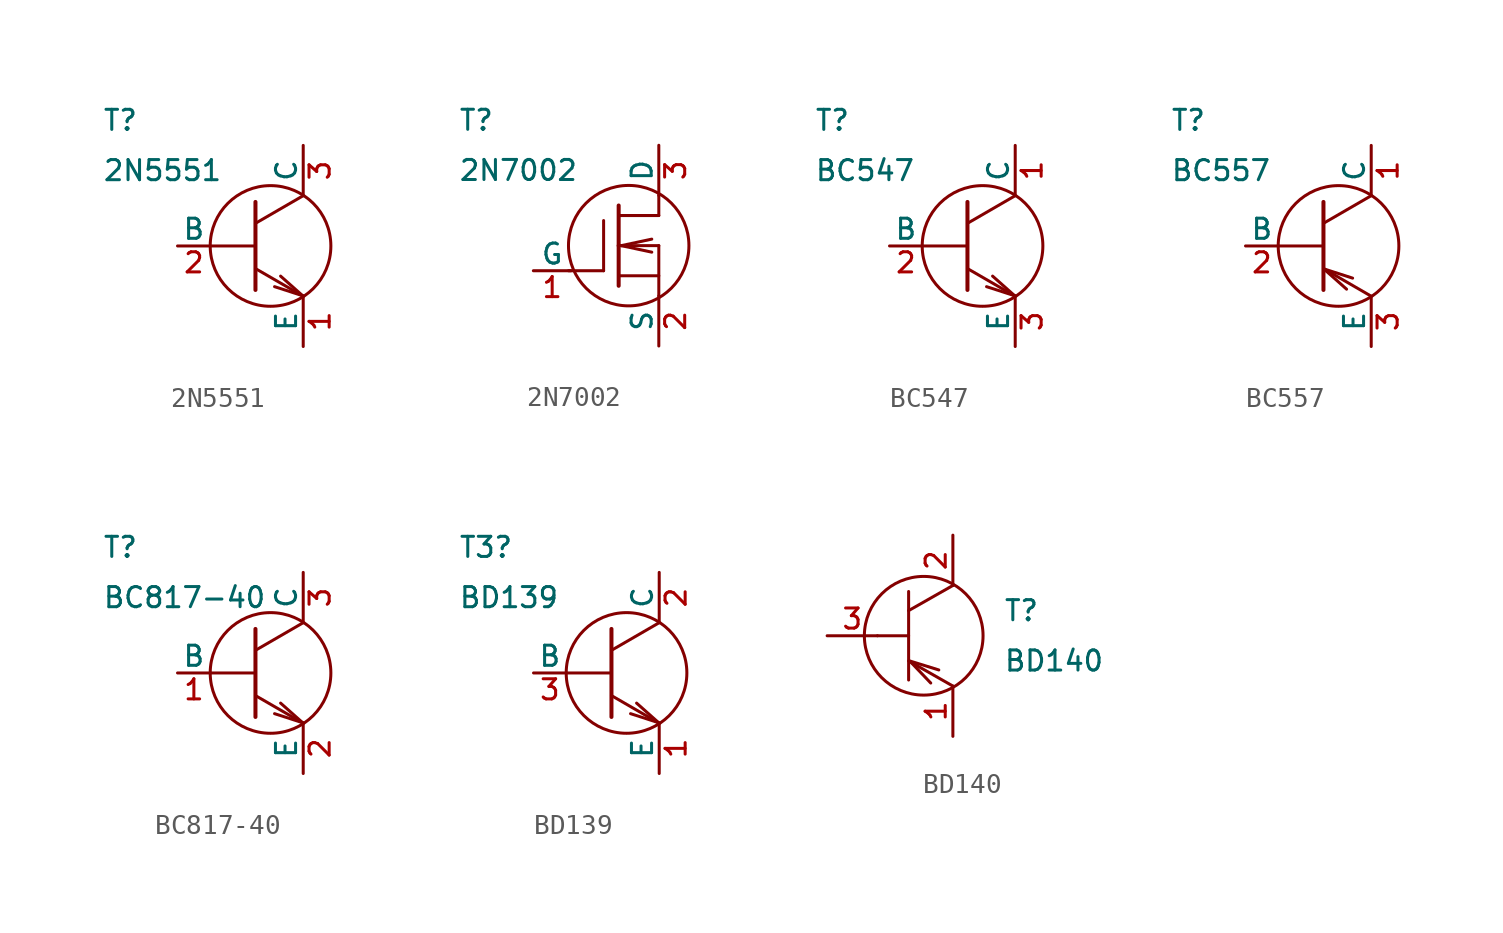
<source format=kicad_sym>
(kicad_symbol_lib
  (version 20231120)
  (generator "kicad_symbol_editor")
  (generator_version "8.0")
  (symbol "2N5551"
    (pin_names
      (offset 0))
    (property "Reference" "T"
      (at -8.89 6.35 0)
      (effects (font (size 1.016 1.016)) (justify left)))
    (property "Value" "2N5551"
      (at -8.89 3.81 0)
      (effects (font (size 1.016 1.016)) (justify left)))
    (symbol "2N5551_0_1"
      (circle (center -0.381 0) (radius 3.048) (stroke (width 0) (type default)) (fill (type none)))
      (polyline (pts (xy -3.429 0) (xy -1.143 0)) (stroke (width 0) (type default)) (fill (type none)))
      (polyline (pts (xy -1.143 -1.143) (xy 1.27 -2.54)) (stroke (width 0) (type default)) (fill (type none)))
      (polyline (pts (xy -1.143 1.143) (xy 1.27 2.54)) (stroke (width 0) (type default)) (fill (type none)))
      (polyline (pts (xy -0.178 -2.057) (xy 1.27 -2.524)) (stroke (width 0) (type default)) (fill (type none)))
      (polyline (pts (xy 0.127 -1.524) (xy 1.27 -2.54)) (stroke (width 0) (type default)) (fill (type none))))
    (symbol "2N5551_1_1"
      (polyline (pts (xy -1.143 2.223) (xy -1.143 -2.223)) (stroke (width 0.203) (type default)) (fill (type none)))
      (pin input line (at 1.27 -5.08 90) (length 2.54) (name "E" (effects (font (size 1.016 1.016)))) (number "1" (effects (font (size 1.016 1.016)))))
      (pin input line (at -5.08 0 0) (length 1.651) (name "B" (effects (font (size 1.016 1.016)))) (number "2" (effects (font (size 1.016 1.016)))))
      (pin input line (at 1.27 5.08 270) (length 2.54) (name "C" (effects (font (size 1.016 1.016)))) (number "3" (effects (font (size 1.016 1.016)))))))
  (symbol "2N7002"
    (pin_names
      (offset 0))
    (property "Reference" "T"
      (at -8.89 6.35 0)
      (effects (font (size 1.016 1.016)) (justify left)))
    (property "Value" "2N7002"
      (at -8.89 3.81 0)
      (effects (font (size 1.016 1.016)) (justify left)))
    (symbol "2N7002_0_1"
      (circle (center -0.254 0) (radius 3.048) (stroke (width 0) (type default)) (fill (type none)))
      (polyline (pts (xy -1.524 -1.27) (xy -1.524 1.27)) (stroke (width 0) (type default)) (fill (type none))))
    (symbol "2N7002_1_1"
      (polyline (pts (xy -3.302 -1.27) (xy -1.524 -1.27)) (stroke (width 0) (type default)) (fill (type none)))
      (polyline (pts (xy -0.762 -2.032) (xy -0.762 0)) (stroke (width 0.203) (type default)) (fill (type none)))
      (polyline (pts (xy -0.762 -1.524) (xy 1.27 -1.524)) (stroke (width 0) (type default)) (fill (type none)))
      (polyline (pts (xy -0.762 0) (xy -0.762 2.032)) (stroke (width 0.203) (type default)) (fill (type none)))
      (polyline (pts (xy -0.762 1.524) (xy 1.27 1.524)) (stroke (width 0) (type default)) (fill (type none)))
      (polyline (pts (xy -0.635 0) (xy 0.914 -0.33)) (stroke (width 0) (type default)) (fill (type none)))
      (polyline (pts (xy 0.914 0.33) (xy -0.635 0)) (stroke (width 0) (type default)) (fill (type none)))
      (polyline (pts (xy 1.27 0) (xy -0.635 0)) (stroke (width 0) (type default)) (fill (type none)))
      (polyline (pts (xy 1.27 0) (xy 1.27 -2.54)) (stroke (width 0) (type default)) (fill (type none)))
      (polyline (pts (xy 1.27 2.54) (xy 1.27 1.524)) (stroke (width 0) (type default)) (fill (type none)))
      (pin input line (at -5.08 -1.27 0) (length 1.905) (name "G" (effects (font (size 1.016 1.016)))) (number "1" (effects (font (size 1.016 1.016)))))
      (pin input line (at 1.27 -5.08 90) (length 2.54) (name "S" (effects (font (size 1.016 1.016)))) (number "2" (effects (font (size 1.016 1.016)))))
      (pin input line (at 1.27 5.08 270) (length 2.54) (name "D" (effects (font (size 1.016 1.016)))) (number "3" (effects (font (size 1.016 1.016)))))))
  (symbol "BC547"
    (pin_names
      (offset 0))
    (property "Reference" "T"
      (at -8.89 6.35 0)
      (effects (font (size 1.016 1.016)) (justify left)))
    (property "Value" "BC547"
      (at -8.89 3.81 0)
      (effects (font (size 1.016 1.016)) (justify left)))
    (symbol "BC547_0_1"
      (circle (center -0.381 0) (radius 3.048) (stroke (width 0) (type default)) (fill (type none)))
      (polyline (pts (xy -3.429 0) (xy -1.143 0)) (stroke (width 0) (type default)) (fill (type none)))
      (polyline (pts (xy -1.143 -1.143) (xy 1.27 -2.54)) (stroke (width 0) (type default)) (fill (type none)))
      (polyline (pts (xy -1.143 1.143) (xy 1.27 2.54)) (stroke (width 0) (type default)) (fill (type none)))
      (polyline (pts (xy -0.178 -2.057) (xy 1.27 -2.524)) (stroke (width 0) (type default)) (fill (type none)))
      (polyline (pts (xy 0.127 -1.524) (xy 1.27 -2.54)) (stroke (width 0) (type default)) (fill (type none))))
    (symbol "BC547_1_1"
      (polyline (pts (xy -1.143 2.223) (xy -1.143 -2.223)) (stroke (width 0.203) (type default)) (fill (type none)))
      (pin input line (at 1.27 5.08 270) (length 2.54) (name "C" (effects (font (size 1.016 1.016)))) (number "1" (effects (font (size 1.016 1.016)))))
      (pin input line (at -5.08 0 0) (length 1.651) (name "B" (effects (font (size 1.016 1.016)))) (number "2" (effects (font (size 1.016 1.016)))))
      (pin input line (at 1.27 -5.08 90) (length 2.54) (name "E" (effects (font (size 1.016 1.016)))) (number "3" (effects (font (size 1.016 1.016)))))))
  (symbol "BC557"
    (pin_names
      (offset 0))
    (property "Reference" "T"
      (at -8.89 6.35 0)
      (effects (font (size 1.016 1.016)) (justify left)))
    (property "Value" "BC557"
      (at -8.89 3.81 0)
      (effects (font (size 1.016 1.016)) (justify left)))
    (symbol "BC557_0_1"
      (circle (center -0.381 0) (radius 3.048) (stroke (width 0) (type default)) (fill (type none)))
      (polyline (pts (xy -3.429 0) (xy -1.143 0)) (stroke (width 0) (type default)) (fill (type none)))
      (polyline (pts (xy -1.143 -1.143) (xy 1.27 -2.54)) (stroke (width 0) (type default)) (fill (type none)))
      (polyline (pts (xy -1.143 1.143) (xy 1.27 2.54)) (stroke (width 0) (type default)) (fill (type none)))
      (polyline (pts (xy 0.025 -2.184) (xy -1.118 -1.168)) (stroke (width 0) (type default)) (fill (type none)))
      (polyline (pts (xy 0.33 -1.626) (xy -1.118 -1.159)) (stroke (width 0) (type default)) (fill (type none))))
    (symbol "BC557_1_1"
      (polyline (pts (xy -1.143 2.223) (xy -1.143 -2.223)) (stroke (width 0.203) (type default)) (fill (type none)))
      (pin input line (at 1.27 5.08 270) (length 2.54) (name "C" (effects (font (size 1.016 1.016)))) (number "1" (effects (font (size 1.016 1.016)))))
      (pin input line (at -5.08 0 0) (length 1.651) (name "B" (effects (font (size 1.016 1.016)))) (number "2" (effects (font (size 1.016 1.016)))))
      (pin input line (at 1.27 -5.08 90) (length 2.54) (name "E" (effects (font (size 1.016 1.016)))) (number "3" (effects (font (size 1.016 1.016)))))))
  (symbol "BC817-40"
    (pin_names
      (offset 0))
    (property "Reference" "T"
      (at -8.89 6.35 0)
      (effects (font (size 1.016 1.016)) (justify left)))
    (property "Value" "BC817-40"
      (at -8.89 3.81 0)
      (effects (font (size 1.016 1.016)) (justify left)))
    (symbol "BC817-40_0_1"
      (circle (center -0.381 0) (radius 3.048) (stroke (width 0) (type default)) (fill (type none)))
      (polyline (pts (xy -3.429 0) (xy -1.143 0)) (stroke (width 0) (type default)) (fill (type none)))
      (polyline (pts (xy -1.143 -1.143) (xy 1.27 -2.54)) (stroke (width 0) (type default)) (fill (type none)))
      (polyline (pts (xy -1.143 1.143) (xy 1.27 2.54)) (stroke (width 0) (type default)) (fill (type none)))
      (polyline (pts (xy -0.178 -2.057) (xy 1.27 -2.524)) (stroke (width 0) (type default)) (fill (type none)))
      (polyline (pts (xy 0.127 -1.524) (xy 1.27 -2.54)) (stroke (width 0) (type default)) (fill (type none))))
    (symbol "BC817-40_1_1"
      (polyline (pts (xy -1.143 2.223) (xy -1.143 -2.223)) (stroke (width 0.203) (type default)) (fill (type none)))
      (pin input line (at -5.08 0 0) (length 1.651) (name "B" (effects (font (size 1.016 1.016)))) (number "1" (effects (font (size 1.016 1.016)))))
      (pin input line (at 1.27 -5.08 90) (length 2.54) (name "E" (effects (font (size 1.016 1.016)))) (number "2" (effects (font (size 1.016 1.016)))))
      (pin input line (at 1.27 5.08 270) (length 2.54) (name "C" (effects (font (size 1.016 1.016)))) (number "3" (effects (font (size 1.016 1.016)))))))
  (symbol "BD139"
    (pin_names
      (offset 0))
    (property "Reference" "T3"
      (at -8.89 6.35 0)
      (effects (font (size 1.016 1.016)) (justify left)))
    (property "Value" "BD139"
      (at -8.89 3.81 0)
      (effects (font (size 1.016 1.016)) (justify left)))
    (symbol "BD139_0_1"
      (circle (center -0.381 0) (radius 3.048) (stroke (width 0) (type default)) (fill (type none)))
      (polyline (pts (xy -3.429 0) (xy -1.143 0)) (stroke (width 0) (type default)) (fill (type none)))
      (polyline (pts (xy -1.143 -1.143) (xy 1.27 -2.54)) (stroke (width 0) (type default)) (fill (type none)))
      (polyline (pts (xy -1.143 1.143) (xy 1.27 2.54)) (stroke (width 0) (type default)) (fill (type none)))
      (polyline (pts (xy -0.178 -2.057) (xy 1.27 -2.524)) (stroke (width 0) (type default)) (fill (type none)))
      (polyline (pts (xy 0.127 -1.524) (xy 1.27 -2.54)) (stroke (width 0) (type default)) (fill (type none))))
    (symbol "BD139_1_1"
      (polyline (pts (xy -1.143 2.223) (xy -1.143 -2.223)) (stroke (width 0.203) (type default)) (fill (type none)))
      (pin input line (at 1.27 -5.08 90) (length 2.54) (name "E" (effects (font (size 1.016 1.016)))) (number "1" (effects (font (size 1.016 1.016)))))
      (pin input line (at 1.27 5.08 270) (length 2.54) (name "C" (effects (font (size 1.016 1.016)))) (number "2" (effects (font (size 1.016 1.016)))))
      (pin input line (at -5.08 0 0) (length 1.651) (name "B" (effects (font (size 1.016 1.016)))) (number "3" (effects (font (size 1.016 1.016)))))))
  (symbol "BD140"
    (pin_names
      (offset 0) hide)
    (property "Reference" "T"
      (at 3.81 1.27 0)
      (effects (font (size 1.016 1.016)) (justify left)))
    (property "Value" "BD140"
      (at 3.81 -1.27 0)
      (effects (font (size 1.016 1.016)) (justify left)))
    (symbol "BD140_1_1"
      (circle (center -0.203 0) (radius 2.997) (stroke (width 0) (type default)) (fill (type none)))
      (polyline (pts (xy -2.54 0) (xy -1.016 0)) (stroke (width 0) (type default)) (fill (type none)))
      (polyline (pts (xy -0.965 0) (xy -0.965 -2.235)) (stroke (width 0) (type default)) (fill (type none)))
      (polyline (pts (xy -0.965 0) (xy -0.965 2.235)) (stroke (width 0) (type default)) (fill (type none)))
      (polyline (pts (xy 1.27 -2.54) (xy -0.965 -1.27)) (stroke (width 0) (type default)) (fill (type none)))
      (polyline (pts (xy 1.27 2.54) (xy -0.965 1.27)) (stroke (width 0) (type default)) (fill (type none)))
      (polyline (pts (xy 0.152 -2.388) (xy -0.914 -1.27) (xy 0.559 -1.727)) (stroke (width 0) (type default)) (fill (type none)))
      (pin passive line (at 1.27 -5.08 90) (length 2.54) (name "E" (effects (font (size 1.016 1.016)))) (number "1" (effects (font (size 1.016 1.016)))))
      (pin passive line (at 1.27 5.08 270) (length 2.54) (name "C" (effects (font (size 1.016 1.016)))) (number "2" (effects (font (size 1.016 1.016)))))
      (pin passive line (at -5.08 0 0) (length 2.54) (name "B" (effects (font (size 1.016 1.016)))) (number "3" (effects (font (size 1.016 1.016))))))))
</source>
